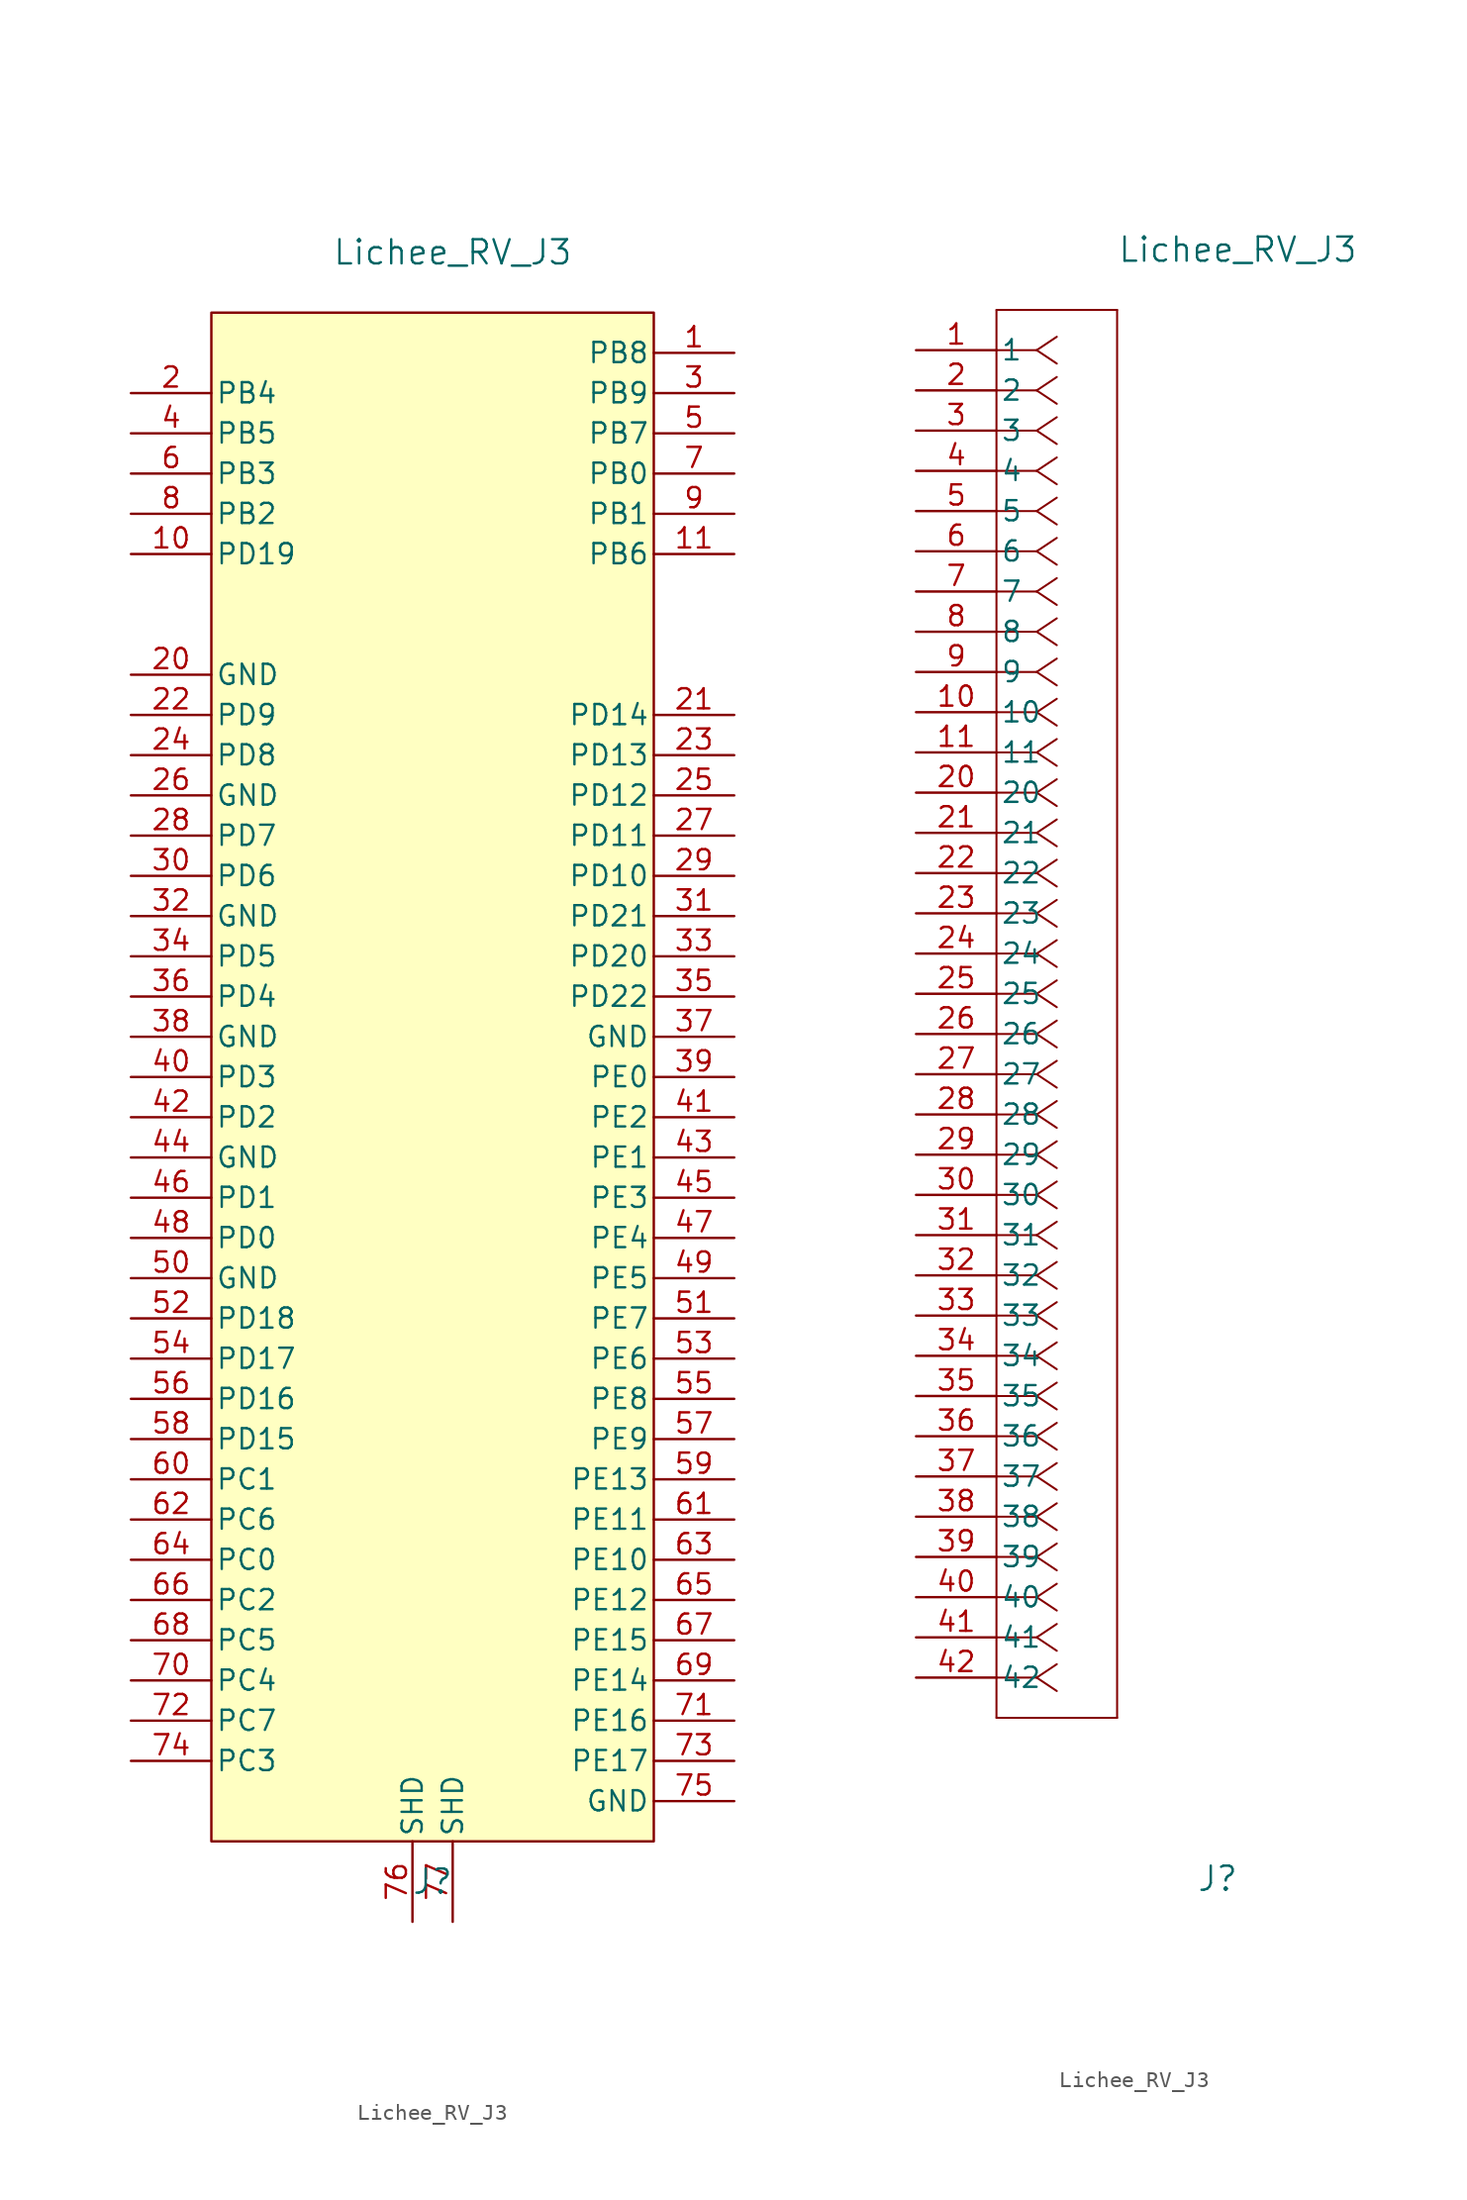
<source format=kicad_sym>
(kicad_symbol_lib
  (version 20220914)
  (generator kicad_symbol_editor)
  (symbol "Lichee_RV_J3"
    (pin_names
      (offset 0.254))
    (property "Reference" "J"
      (at 19.05 -96.52 0)
      (effects (font (size 1.524 1.524))))
    (property "Value" "Lichee_RV_J3"
      (at 20.32 6.35 0)
      (effects (font (size 1.524 1.524))))
    (symbol "Lichee_RV_J3_1_1"
      (rectangle (start 5.08 2.54) (end 33.02 -93.98) (stroke (width 0) (type default)) (fill (type background)))
      (pin unspecified line (at 38.1 0 180) (length 5.08) (name "PB8" (effects (font (size 1.27 1.27)))) (number "1" (effects (font (size 1.27 1.27)))))
      (pin unspecified line (at 0 -12.7 0) (length 5.08) (name "PD19" (effects (font (size 1.27 1.27)))) (number "10" (effects (font (size 1.27 1.27)))))
      (pin unspecified line (at 38.1 -12.7 180) (length 5.08) (name "PB6" (effects (font (size 1.27 1.27)))) (number "11" (effects (font (size 1.27 1.27)))))
      (pin unspecified line (at 0 -2.54 0) (length 5.08) (name "PB4" (effects (font (size 1.27 1.27)))) (number "2" (effects (font (size 1.27 1.27)))))
      (pin unspecified line (at 0 -20.32 0) (length 5.08) (name "GND" (effects (font (size 1.27 1.27)))) (number "20" (effects (font (size 1.27 1.27)))))
      (pin unspecified line (at 38.1 -22.86 180) (length 5.08) (name "PD14" (effects (font (size 1.27 1.27)))) (number "21" (effects (font (size 1.27 1.27)))))
      (pin unspecified line (at 0 -22.86 0) (length 5.08) (name "PD9" (effects (font (size 1.27 1.27)))) (number "22" (effects (font (size 1.27 1.27)))))
      (pin unspecified line (at 38.1 -25.4 180) (length 5.08) (name "PD13" (effects (font (size 1.27 1.27)))) (number "23" (effects (font (size 1.27 1.27)))))
      (pin unspecified line (at 0 -25.4 0) (length 5.08) (name "PD8" (effects (font (size 1.27 1.27)))) (number "24" (effects (font (size 1.27 1.27)))))
      (pin unspecified line (at 38.1 -27.94 180) (length 5.08) (name "PD12" (effects (font (size 1.27 1.27)))) (number "25" (effects (font (size 1.27 1.27)))))
      (pin unspecified line (at 0 -27.94 0) (length 5.08) (name "GND" (effects (font (size 1.27 1.27)))) (number "26" (effects (font (size 1.27 1.27)))))
      (pin unspecified line (at 38.1 -30.48 180) (length 5.08) (name "PD11" (effects (font (size 1.27 1.27)))) (number "27" (effects (font (size 1.27 1.27)))))
      (pin unspecified line (at 0 -30.48 0) (length 5.08) (name "PD7" (effects (font (size 1.27 1.27)))) (number "28" (effects (font (size 1.27 1.27)))))
      (pin unspecified line (at 38.1 -33.02 180) (length 5.08) (name "PD10" (effects (font (size 1.27 1.27)))) (number "29" (effects (font (size 1.27 1.27)))))
      (pin unspecified line (at 38.1 -2.54 180) (length 5.08) (name "PB9" (effects (font (size 1.27 1.27)))) (number "3" (effects (font (size 1.27 1.27)))))
      (pin unspecified line (at 0 -33.02 0) (length 5.08) (name "PD6" (effects (font (size 1.27 1.27)))) (number "30" (effects (font (size 1.27 1.27)))))
      (pin unspecified line (at 38.1 -35.56 180) (length 5.08) (name "PD21" (effects (font (size 1.27 1.27)))) (number "31" (effects (font (size 1.27 1.27)))))
      (pin unspecified line (at 0 -35.56 0) (length 5.08) (name "GND" (effects (font (size 1.27 1.27)))) (number "32" (effects (font (size 1.27 1.27)))))
      (pin unspecified line (at 38.1 -38.1 180) (length 5.08) (name "PD20" (effects (font (size 1.27 1.27)))) (number "33" (effects (font (size 1.27 1.27)))))
      (pin unspecified line (at 0 -38.1 0) (length 5.08) (name "PD5" (effects (font (size 1.27 1.27)))) (number "34" (effects (font (size 1.27 1.27)))))
      (pin unspecified line (at 38.1 -40.64 180) (length 5.08) (name "PD22" (effects (font (size 1.27 1.27)))) (number "35" (effects (font (size 1.27 1.27)))))
      (pin unspecified line (at 0 -40.64 0) (length 5.08) (name "PD4" (effects (font (size 1.27 1.27)))) (number "36" (effects (font (size 1.27 1.27)))))
      (pin unspecified line (at 38.1 -43.18 180) (length 5.08) (name "GND" (effects (font (size 1.27 1.27)))) (number "37" (effects (font (size 1.27 1.27)))))
      (pin unspecified line (at 0 -43.18 0) (length 5.08) (name "GND" (effects (font (size 1.27 1.27)))) (number "38" (effects (font (size 1.27 1.27)))))
      (pin unspecified line (at 38.1 -45.72 180) (length 5.08) (name "PE0" (effects (font (size 1.27 1.27)))) (number "39" (effects (font (size 1.27 1.27)))))
      (pin unspecified line (at 0 -5.08 0) (length 5.08) (name "PB5" (effects (font (size 1.27 1.27)))) (number "4" (effects (font (size 1.27 1.27)))))
      (pin unspecified line (at 0 -45.72 0) (length 5.08) (name "PD3" (effects (font (size 1.27 1.27)))) (number "40" (effects (font (size 1.27 1.27)))))
      (pin unspecified line (at 38.1 -48.26 180) (length 5.08) (name "PE2" (effects (font (size 1.27 1.27)))) (number "41" (effects (font (size 1.27 1.27)))))
      (pin unspecified line (at 0 -48.26 0) (length 5.08) (name "PD2" (effects (font (size 1.27 1.27)))) (number "42" (effects (font (size 1.27 1.27)))))
      (pin unspecified line (at 38.1 -50.8 180) (length 5.08) (name "PE1" (effects (font (size 1.27 1.27)))) (number "43" (effects (font (size 1.27 1.27)))))
      (pin unspecified line (at 0 -50.8 0) (length 5.08) (name "GND" (effects (font (size 1.27 1.27)))) (number "44" (effects (font (size 1.27 1.27)))))
      (pin unspecified line (at 38.1 -53.34 180) (length 5.08) (name "PE3" (effects (font (size 1.27 1.27)))) (number "45" (effects (font (size 1.27 1.27)))))
      (pin unspecified line (at 0 -53.34 0) (length 5.08) (name "PD1" (effects (font (size 1.27 1.27)))) (number "46" (effects (font (size 1.27 1.27)))))
      (pin unspecified line (at 38.1 -55.88 180) (length 5.08) (name "PE4" (effects (font (size 1.27 1.27)))) (number "47" (effects (font (size 1.27 1.27)))))
      (pin unspecified line (at 0 -55.88 0) (length 5.08) (name "PD0" (effects (font (size 1.27 1.27)))) (number "48" (effects (font (size 1.27 1.27)))))
      (pin unspecified line (at 38.1 -58.42 180) (length 5.08) (name "PE5" (effects (font (size 1.27 1.27)))) (number "49" (effects (font (size 1.27 1.27)))))
      (pin unspecified line (at 38.1 -5.08 180) (length 5.08) (name "PB7" (effects (font (size 1.27 1.27)))) (number "5" (effects (font (size 1.27 1.27)))))
      (pin unspecified line (at 0 -58.42 0) (length 5.08) (name "GND" (effects (font (size 1.27 1.27)))) (number "50" (effects (font (size 1.27 1.27)))))
      (pin unspecified line (at 38.1 -60.96 180) (length 5.08) (name "PE7" (effects (font (size 1.27 1.27)))) (number "51" (effects (font (size 1.27 1.27)))))
      (pin unspecified line (at 0 -60.96 0) (length 5.08) (name "PD18" (effects (font (size 1.27 1.27)))) (number "52" (effects (font (size 1.27 1.27)))))
      (pin unspecified line (at 38.1 -63.5 180) (length 5.08) (name "PE6" (effects (font (size 1.27 1.27)))) (number "53" (effects (font (size 1.27 1.27)))))
      (pin unspecified line (at 0 -63.5 0) (length 5.08) (name "PD17" (effects (font (size 1.27 1.27)))) (number "54" (effects (font (size 1.27 1.27)))))
      (pin unspecified line (at 38.1 -66.04 180) (length 5.08) (name "PE8" (effects (font (size 1.27 1.27)))) (number "55" (effects (font (size 1.27 1.27)))))
      (pin unspecified line (at 0 -66.04 0) (length 5.08) (name "PD16" (effects (font (size 1.27 1.27)))) (number "56" (effects (font (size 1.27 1.27)))))
      (pin unspecified line (at 38.1 -68.58 180) (length 5.08) (name "PE9" (effects (font (size 1.27 1.27)))) (number "57" (effects (font (size 1.27 1.27)))))
      (pin unspecified line (at 0 -68.58 0) (length 5.08) (name "PD15" (effects (font (size 1.27 1.27)))) (number "58" (effects (font (size 1.27 1.27)))))
      (pin unspecified line (at 38.1 -71.12 180) (length 5.08) (name "PE13" (effects (font (size 1.27 1.27)))) (number "59" (effects (font (size 1.27 1.27)))))
      (pin unspecified line (at 0 -7.62 0) (length 5.08) (name "PB3" (effects (font (size 1.27 1.27)))) (number "6" (effects (font (size 1.27 1.27)))))
      (pin unspecified line (at 0 -71.12 0) (length 5.08) (name "PC1" (effects (font (size 1.27 1.27)))) (number "60" (effects (font (size 1.27 1.27)))))
      (pin unspecified line (at 38.1 -73.66 180) (length 5.08) (name "PE11" (effects (font (size 1.27 1.27)))) (number "61" (effects (font (size 1.27 1.27)))))
      (pin unspecified line (at 0 -73.66 0) (length 5.08) (name "PC6" (effects (font (size 1.27 1.27)))) (number "62" (effects (font (size 1.27 1.27)))))
      (pin unspecified line (at 38.1 -76.2 180) (length 5.08) (name "PE10" (effects (font (size 1.27 1.27)))) (number "63" (effects (font (size 1.27 1.27)))))
      (pin unspecified line (at 0 -76.2 0) (length 5.08) (name "PC0" (effects (font (size 1.27 1.27)))) (number "64" (effects (font (size 1.27 1.27)))))
      (pin unspecified line (at 38.1 -78.74 180) (length 5.08) (name "PE12" (effects (font (size 1.27 1.27)))) (number "65" (effects (font (size 1.27 1.27)))))
      (pin unspecified line (at 0 -78.74 0) (length 5.08) (name "PC2" (effects (font (size 1.27 1.27)))) (number "66" (effects (font (size 1.27 1.27)))))
      (pin unspecified line (at 38.1 -81.28 180) (length 5.08) (name "PE15" (effects (font (size 1.27 1.27)))) (number "67" (effects (font (size 1.27 1.27)))))
      (pin unspecified line (at 0 -81.28 0) (length 5.08) (name "PC5" (effects (font (size 1.27 1.27)))) (number "68" (effects (font (size 1.27 1.27)))))
      (pin unspecified line (at 38.1 -83.82 180) (length 5.08) (name "PE14" (effects (font (size 1.27 1.27)))) (number "69" (effects (font (size 1.27 1.27)))))
      (pin unspecified line (at 38.1 -7.62 180) (length 5.08) (name "PB0" (effects (font (size 1.27 1.27)))) (number "7" (effects (font (size 1.27 1.27)))))
      (pin unspecified line (at 0 -83.82 0) (length 5.08) (name "PC4" (effects (font (size 1.27 1.27)))) (number "70" (effects (font (size 1.27 1.27)))))
      (pin unspecified line (at 38.1 -86.36 180) (length 5.08) (name "PE16" (effects (font (size 1.27 1.27)))) (number "71" (effects (font (size 1.27 1.27)))))
      (pin unspecified line (at 0 -86.36 0) (length 5.08) (name "PC7" (effects (font (size 1.27 1.27)))) (number "72" (effects (font (size 1.27 1.27)))))
      (pin unspecified line (at 38.1 -88.9 180) (length 5.08) (name "PE17" (effects (font (size 1.27 1.27)))) (number "73" (effects (font (size 1.27 1.27)))))
      (pin unspecified line (at 0 -88.9 0) (length 5.08) (name "PC3" (effects (font (size 1.27 1.27)))) (number "74" (effects (font (size 1.27 1.27)))))
      (pin unspecified line (at 38.1 -91.44 180) (length 5.08) (name "GND" (effects (font (size 1.27 1.27)))) (number "75" (effects (font (size 1.27 1.27)))))
      (pin unspecified line (at 17.78 -99.06 90) (length 5.08) (name "SHD" (effects (font (size 1.27 1.27)))) (number "76" (effects (font (size 1.27 1.27)))))
      (pin unspecified line (at 20.32 -99.06 90) (length 5.08) (name "SHD" (effects (font (size 1.27 1.27)))) (number "77" (effects (font (size 1.27 1.27)))))
      (pin unspecified line (at 0 -10.16 0) (length 5.08) (name "PB2" (effects (font (size 1.27 1.27)))) (number "8" (effects (font (size 1.27 1.27)))))
      (pin unspecified line (at 38.1 -10.16 180) (length 5.08) (name "PB1" (effects (font (size 1.27 1.27)))) (number "9" (effects (font (size 1.27 1.27))))))
    (symbol "Lichee_RV_J3_1_2"
      (polyline (pts (xy 5.08 -86.36) (xy 12.7 -86.36)) (stroke (width 0.127) (type default)) (fill (type none)))
      (polyline (pts (xy 5.08 2.54) (xy 5.08 -86.36)) (stroke (width 0.127) (type default)) (fill (type none)))
      (polyline (pts (xy 7.62 -83.82) (xy 5.08 -83.82)) (stroke (width 0.127) (type default)) (fill (type none)))
      (polyline (pts (xy 7.62 -83.82) (xy 8.89 -84.667)) (stroke (width 0.127) (type default)) (fill (type none)))
      (polyline (pts (xy 7.62 -83.82) (xy 8.89 -82.973)) (stroke (width 0.127) (type default)) (fill (type none)))
      (polyline (pts (xy 7.62 -81.28) (xy 5.08 -81.28)) (stroke (width 0.127) (type default)) (fill (type none)))
      (polyline (pts (xy 7.62 -81.28) (xy 8.89 -82.127)) (stroke (width 0.127) (type default)) (fill (type none)))
      (polyline (pts (xy 7.62 -81.28) (xy 8.89 -80.433)) (stroke (width 0.127) (type default)) (fill (type none)))
      (polyline (pts (xy 7.62 -78.74) (xy 5.08 -78.74)) (stroke (width 0.127) (type default)) (fill (type none)))
      (polyline (pts (xy 7.62 -78.74) (xy 8.89 -79.587)) (stroke (width 0.127) (type default)) (fill (type none)))
      (polyline (pts (xy 7.62 -78.74) (xy 8.89 -77.893)) (stroke (width 0.127) (type default)) (fill (type none)))
      (polyline (pts (xy 7.62 -76.2) (xy 5.08 -76.2)) (stroke (width 0.127) (type default)) (fill (type none)))
      (polyline (pts (xy 7.62 -76.2) (xy 8.89 -77.047)) (stroke (width 0.127) (type default)) (fill (type none)))
      (polyline (pts (xy 7.62 -76.2) (xy 8.89 -75.353)) (stroke (width 0.127) (type default)) (fill (type none)))
      (polyline (pts (xy 7.62 -73.66) (xy 5.08 -73.66)) (stroke (width 0.127) (type default)) (fill (type none)))
      (polyline (pts (xy 7.62 -73.66) (xy 8.89 -74.507)) (stroke (width 0.127) (type default)) (fill (type none)))
      (polyline (pts (xy 7.62 -73.66) (xy 8.89 -72.813)) (stroke (width 0.127) (type default)) (fill (type none)))
      (polyline (pts (xy 7.62 -71.12) (xy 5.08 -71.12)) (stroke (width 0.127) (type default)) (fill (type none)))
      (polyline (pts (xy 7.62 -71.12) (xy 8.89 -71.967)) (stroke (width 0.127) (type default)) (fill (type none)))
      (polyline (pts (xy 7.62 -71.12) (xy 8.89 -70.273)) (stroke (width 0.127) (type default)) (fill (type none)))
      (polyline (pts (xy 7.62 -68.58) (xy 5.08 -68.58)) (stroke (width 0.127) (type default)) (fill (type none)))
      (polyline (pts (xy 7.62 -68.58) (xy 8.89 -69.427)) (stroke (width 0.127) (type default)) (fill (type none)))
      (polyline (pts (xy 7.62 -68.58) (xy 8.89 -67.733)) (stroke (width 0.127) (type default)) (fill (type none)))
      (polyline (pts (xy 7.62 -66.04) (xy 5.08 -66.04)) (stroke (width 0.127) (type default)) (fill (type none)))
      (polyline (pts (xy 7.62 -66.04) (xy 8.89 -66.887)) (stroke (width 0.127) (type default)) (fill (type none)))
      (polyline (pts (xy 7.62 -66.04) (xy 8.89 -65.193)) (stroke (width 0.127) (type default)) (fill (type none)))
      (polyline (pts (xy 7.62 -63.5) (xy 5.08 -63.5)) (stroke (width 0.127) (type default)) (fill (type none)))
      (polyline (pts (xy 7.62 -63.5) (xy 8.89 -64.347)) (stroke (width 0.127) (type default)) (fill (type none)))
      (polyline (pts (xy 7.62 -63.5) (xy 8.89 -62.653)) (stroke (width 0.127) (type default)) (fill (type none)))
      (polyline (pts (xy 7.62 -60.96) (xy 5.08 -60.96)) (stroke (width 0.127) (type default)) (fill (type none)))
      (polyline (pts (xy 7.62 -60.96) (xy 8.89 -61.807)) (stroke (width 0.127) (type default)) (fill (type none)))
      (polyline (pts (xy 7.62 -60.96) (xy 8.89 -60.113)) (stroke (width 0.127) (type default)) (fill (type none)))
      (polyline (pts (xy 7.62 -58.42) (xy 5.08 -58.42)) (stroke (width 0.127) (type default)) (fill (type none)))
      (polyline (pts (xy 7.62 -58.42) (xy 8.89 -59.267)) (stroke (width 0.127) (type default)) (fill (type none)))
      (polyline (pts (xy 7.62 -58.42) (xy 8.89 -57.573)) (stroke (width 0.127) (type default)) (fill (type none)))
      (polyline (pts (xy 7.62 -55.88) (xy 5.08 -55.88)) (stroke (width 0.127) (type default)) (fill (type none)))
      (polyline (pts (xy 7.62 -55.88) (xy 8.89 -56.727)) (stroke (width 0.127) (type default)) (fill (type none)))
      (polyline (pts (xy 7.62 -55.88) (xy 8.89 -55.033)) (stroke (width 0.127) (type default)) (fill (type none)))
      (polyline (pts (xy 7.62 -53.34) (xy 5.08 -53.34)) (stroke (width 0.127) (type default)) (fill (type none)))
      (polyline (pts (xy 7.62 -53.34) (xy 8.89 -54.187)) (stroke (width 0.127) (type default)) (fill (type none)))
      (polyline (pts (xy 7.62 -53.34) (xy 8.89 -52.493)) (stroke (width 0.127) (type default)) (fill (type none)))
      (polyline (pts (xy 7.62 -50.8) (xy 5.08 -50.8)) (stroke (width 0.127) (type default)) (fill (type none)))
      (polyline (pts (xy 7.62 -50.8) (xy 8.89 -51.647)) (stroke (width 0.127) (type default)) (fill (type none)))
      (polyline (pts (xy 7.62 -50.8) (xy 8.89 -49.953)) (stroke (width 0.127) (type default)) (fill (type none)))
      (polyline (pts (xy 7.62 -48.26) (xy 5.08 -48.26)) (stroke (width 0.127) (type default)) (fill (type none)))
      (polyline (pts (xy 7.62 -48.26) (xy 8.89 -49.107)) (stroke (width 0.127) (type default)) (fill (type none)))
      (polyline (pts (xy 7.62 -48.26) (xy 8.89 -47.413)) (stroke (width 0.127) (type default)) (fill (type none)))
      (polyline (pts (xy 7.62 -45.72) (xy 5.08 -45.72)) (stroke (width 0.127) (type default)) (fill (type none)))
      (polyline (pts (xy 7.62 -45.72) (xy 8.89 -46.567)) (stroke (width 0.127) (type default)) (fill (type none)))
      (polyline (pts (xy 7.62 -45.72) (xy 8.89 -44.873)) (stroke (width 0.127) (type default)) (fill (type none)))
      (polyline (pts (xy 7.62 -43.18) (xy 5.08 -43.18)) (stroke (width 0.127) (type default)) (fill (type none)))
      (polyline (pts (xy 7.62 -43.18) (xy 8.89 -44.027)) (stroke (width 0.127) (type default)) (fill (type none)))
      (polyline (pts (xy 7.62 -43.18) (xy 8.89 -42.333)) (stroke (width 0.127) (type default)) (fill (type none)))
      (polyline (pts (xy 7.62 -40.64) (xy 5.08 -40.64)) (stroke (width 0.127) (type default)) (fill (type none)))
      (polyline (pts (xy 7.62 -40.64) (xy 8.89 -41.487)) (stroke (width 0.127) (type default)) (fill (type none)))
      (polyline (pts (xy 7.62 -40.64) (xy 8.89 -39.793)) (stroke (width 0.127) (type default)) (fill (type none)))
      (polyline (pts (xy 7.62 -38.1) (xy 5.08 -38.1)) (stroke (width 0.127) (type default)) (fill (type none)))
      (polyline (pts (xy 7.62 -38.1) (xy 8.89 -38.947)) (stroke (width 0.127) (type default)) (fill (type none)))
      (polyline (pts (xy 7.62 -38.1) (xy 8.89 -37.253)) (stroke (width 0.127) (type default)) (fill (type none)))
      (polyline (pts (xy 7.62 -35.56) (xy 5.08 -35.56)) (stroke (width 0.127) (type default)) (fill (type none)))
      (polyline (pts (xy 7.62 -35.56) (xy 8.89 -36.407)) (stroke (width 0.127) (type default)) (fill (type none)))
      (polyline (pts (xy 7.62 -35.56) (xy 8.89 -34.713)) (stroke (width 0.127) (type default)) (fill (type none)))
      (polyline (pts (xy 7.62 -33.02) (xy 5.08 -33.02)) (stroke (width 0.127) (type default)) (fill (type none)))
      (polyline (pts (xy 7.62 -33.02) (xy 8.89 -33.867)) (stroke (width 0.127) (type default)) (fill (type none)))
      (polyline (pts (xy 7.62 -33.02) (xy 8.89 -32.173)) (stroke (width 0.127) (type default)) (fill (type none)))
      (polyline (pts (xy 7.62 -30.48) (xy 5.08 -30.48)) (stroke (width 0.127) (type default)) (fill (type none)))
      (polyline (pts (xy 7.62 -30.48) (xy 8.89 -31.327)) (stroke (width 0.127) (type default)) (fill (type none)))
      (polyline (pts (xy 7.62 -30.48) (xy 8.89 -29.633)) (stroke (width 0.127) (type default)) (fill (type none)))
      (polyline (pts (xy 7.62 -27.94) (xy 5.08 -27.94)) (stroke (width 0.127) (type default)) (fill (type none)))
      (polyline (pts (xy 7.62 -27.94) (xy 8.89 -28.787)) (stroke (width 0.127) (type default)) (fill (type none)))
      (polyline (pts (xy 7.62 -27.94) (xy 8.89 -27.093)) (stroke (width 0.127) (type default)) (fill (type none)))
      (polyline (pts (xy 7.62 -25.4) (xy 5.08 -25.4)) (stroke (width 0.127) (type default)) (fill (type none)))
      (polyline (pts (xy 7.62 -25.4) (xy 8.89 -26.247)) (stroke (width 0.127) (type default)) (fill (type none)))
      (polyline (pts (xy 7.62 -25.4) (xy 8.89 -24.553)) (stroke (width 0.127) (type default)) (fill (type none)))
      (polyline (pts (xy 7.62 -22.86) (xy 5.08 -22.86)) (stroke (width 0.127) (type default)) (fill (type none)))
      (polyline (pts (xy 7.62 -22.86) (xy 8.89 -23.707)) (stroke (width 0.127) (type default)) (fill (type none)))
      (polyline (pts (xy 7.62 -22.86) (xy 8.89 -22.013)) (stroke (width 0.127) (type default)) (fill (type none)))
      (polyline (pts (xy 7.62 -20.32) (xy 5.08 -20.32)) (stroke (width 0.127) (type default)) (fill (type none)))
      (polyline (pts (xy 7.62 -20.32) (xy 8.89 -21.167)) (stroke (width 0.127) (type default)) (fill (type none)))
      (polyline (pts (xy 7.62 -20.32) (xy 8.89 -19.473)) (stroke (width 0.127) (type default)) (fill (type none)))
      (polyline (pts (xy 7.62 -17.78) (xy 5.08 -17.78)) (stroke (width 0.127) (type default)) (fill (type none)))
      (polyline (pts (xy 7.62 -17.78) (xy 8.89 -18.627)) (stroke (width 0.127) (type default)) (fill (type none)))
      (polyline (pts (xy 7.62 -17.78) (xy 8.89 -16.933)) (stroke (width 0.127) (type default)) (fill (type none)))
      (polyline (pts (xy 7.62 -15.24) (xy 5.08 -15.24)) (stroke (width 0.127) (type default)) (fill (type none)))
      (polyline (pts (xy 7.62 -15.24) (xy 8.89 -16.087)) (stroke (width 0.127) (type default)) (fill (type none)))
      (polyline (pts (xy 7.62 -15.24) (xy 8.89 -14.393)) (stroke (width 0.127) (type default)) (fill (type none)))
      (polyline (pts (xy 7.62 -12.7) (xy 5.08 -12.7)) (stroke (width 0.127) (type default)) (fill (type none)))
      (polyline (pts (xy 7.62 -12.7) (xy 8.89 -13.547)) (stroke (width 0.127) (type default)) (fill (type none)))
      (polyline (pts (xy 7.62 -12.7) (xy 8.89 -11.853)) (stroke (width 0.127) (type default)) (fill (type none)))
      (polyline (pts (xy 7.62 -10.16) (xy 5.08 -10.16)) (stroke (width 0.127) (type default)) (fill (type none)))
      (polyline (pts (xy 7.62 -10.16) (xy 8.89 -11.007)) (stroke (width 0.127) (type default)) (fill (type none)))
      (polyline (pts (xy 7.62 -10.16) (xy 8.89 -9.313)) (stroke (width 0.127) (type default)) (fill (type none)))
      (polyline (pts (xy 7.62 -7.62) (xy 5.08 -7.62)) (stroke (width 0.127) (type default)) (fill (type none)))
      (polyline (pts (xy 7.62 -7.62) (xy 8.89 -8.467)) (stroke (width 0.127) (type default)) (fill (type none)))
      (polyline (pts (xy 7.62 -7.62) (xy 8.89 -6.773)) (stroke (width 0.127) (type default)) (fill (type none)))
      (polyline (pts (xy 7.62 -5.08) (xy 5.08 -5.08)) (stroke (width 0.127) (type default)) (fill (type none)))
      (polyline (pts (xy 7.62 -5.08) (xy 8.89 -5.927)) (stroke (width 0.127) (type default)) (fill (type none)))
      (polyline (pts (xy 7.62 -5.08) (xy 8.89 -4.233)) (stroke (width 0.127) (type default)) (fill (type none)))
      (polyline (pts (xy 7.62 -2.54) (xy 5.08 -2.54)) (stroke (width 0.127) (type default)) (fill (type none)))
      (polyline (pts (xy 7.62 -2.54) (xy 8.89 -3.387)) (stroke (width 0.127) (type default)) (fill (type none)))
      (polyline (pts (xy 7.62 -2.54) (xy 8.89 -1.693)) (stroke (width 0.127) (type default)) (fill (type none)))
      (polyline (pts (xy 7.62 0) (xy 5.08 0)) (stroke (width 0.127) (type default)) (fill (type none)))
      (polyline (pts (xy 7.62 0) (xy 8.89 -0.847)) (stroke (width 0.127) (type default)) (fill (type none)))
      (polyline (pts (xy 7.62 0) (xy 8.89 0.847)) (stroke (width 0.127) (type default)) (fill (type none)))
      (polyline (pts (xy 12.7 -86.36) (xy 12.7 2.54)) (stroke (width 0.127) (type default)) (fill (type none)))
      (polyline (pts (xy 12.7 2.54) (xy 5.08 2.54)) (stroke (width 0.127) (type default)) (fill (type none)))
      (pin unspecified line (at 0 0 0) (length 5.08) (name "1" (effects (font (size 1.27 1.27)))) (number "1" (effects (font (size 1.27 1.27)))))
      (pin unspecified line (at 0 -22.86 0) (length 5.08) (name "10" (effects (font (size 1.27 1.27)))) (number "10" (effects (font (size 1.27 1.27)))))
      (pin unspecified line (at 0 -25.4 0) (length 5.08) (name "11" (effects (font (size 1.27 1.27)))) (number "11" (effects (font (size 1.27 1.27)))))
      (pin unspecified line (at 0 -2.54 0) (length 5.08) (name "2" (effects (font (size 1.27 1.27)))) (number "2" (effects (font (size 1.27 1.27)))))
      (pin unspecified line (at 0 -27.94 0) (length 5.08) (name "20" (effects (font (size 1.27 1.27)))) (number "20" (effects (font (size 1.27 1.27)))))
      (pin unspecified line (at 0 -30.48 0) (length 5.08) (name "21" (effects (font (size 1.27 1.27)))) (number "21" (effects (font (size 1.27 1.27)))))
      (pin unspecified line (at 0 -33.02 0) (length 5.08) (name "22" (effects (font (size 1.27 1.27)))) (number "22" (effects (font (size 1.27 1.27)))))
      (pin unspecified line (at 0 -35.56 0) (length 5.08) (name "23" (effects (font (size 1.27 1.27)))) (number "23" (effects (font (size 1.27 1.27)))))
      (pin unspecified line (at 0 -38.1 0) (length 5.08) (name "24" (effects (font (size 1.27 1.27)))) (number "24" (effects (font (size 1.27 1.27)))))
      (pin unspecified line (at 0 -40.64 0) (length 5.08) (name "25" (effects (font (size 1.27 1.27)))) (number "25" (effects (font (size 1.27 1.27)))))
      (pin unspecified line (at 0 -43.18 0) (length 5.08) (name "26" (effects (font (size 1.27 1.27)))) (number "26" (effects (font (size 1.27 1.27)))))
      (pin unspecified line (at 0 -45.72 0) (length 5.08) (name "27" (effects (font (size 1.27 1.27)))) (number "27" (effects (font (size 1.27 1.27)))))
      (pin unspecified line (at 0 -48.26 0) (length 5.08) (name "28" (effects (font (size 1.27 1.27)))) (number "28" (effects (font (size 1.27 1.27)))))
      (pin unspecified line (at 0 -50.8 0) (length 5.08) (name "29" (effects (font (size 1.27 1.27)))) (number "29" (effects (font (size 1.27 1.27)))))
      (pin unspecified line (at 0 -5.08 0) (length 5.08) (name "3" (effects (font (size 1.27 1.27)))) (number "3" (effects (font (size 1.27 1.27)))))
      (pin unspecified line (at 0 -53.34 0) (length 5.08) (name "30" (effects (font (size 1.27 1.27)))) (number "30" (effects (font (size 1.27 1.27)))))
      (pin unspecified line (at 0 -55.88 0) (length 5.08) (name "31" (effects (font (size 1.27 1.27)))) (number "31" (effects (font (size 1.27 1.27)))))
      (pin unspecified line (at 0 -58.42 0) (length 5.08) (name "32" (effects (font (size 1.27 1.27)))) (number "32" (effects (font (size 1.27 1.27)))))
      (pin unspecified line (at 0 -60.96 0) (length 5.08) (name "33" (effects (font (size 1.27 1.27)))) (number "33" (effects (font (size 1.27 1.27)))))
      (pin unspecified line (at 0 -63.5 0) (length 5.08) (name "34" (effects (font (size 1.27 1.27)))) (number "34" (effects (font (size 1.27 1.27)))))
      (pin unspecified line (at 0 -66.04 0) (length 5.08) (name "35" (effects (font (size 1.27 1.27)))) (number "35" (effects (font (size 1.27 1.27)))))
      (pin unspecified line (at 0 -68.58 0) (length 5.08) (name "36" (effects (font (size 1.27 1.27)))) (number "36" (effects (font (size 1.27 1.27)))))
      (pin unspecified line (at 0 -71.12 0) (length 5.08) (name "37" (effects (font (size 1.27 1.27)))) (number "37" (effects (font (size 1.27 1.27)))))
      (pin unspecified line (at 0 -73.66 0) (length 5.08) (name "38" (effects (font (size 1.27 1.27)))) (number "38" (effects (font (size 1.27 1.27)))))
      (pin unspecified line (at 0 -76.2 0) (length 5.08) (name "39" (effects (font (size 1.27 1.27)))) (number "39" (effects (font (size 1.27 1.27)))))
      (pin unspecified line (at 0 -7.62 0) (length 5.08) (name "4" (effects (font (size 1.27 1.27)))) (number "4" (effects (font (size 1.27 1.27)))))
      (pin unspecified line (at 0 -78.74 0) (length 5.08) (name "40" (effects (font (size 1.27 1.27)))) (number "40" (effects (font (size 1.27 1.27)))))
      (pin unspecified line (at 0 -81.28 0) (length 5.08) (name "41" (effects (font (size 1.27 1.27)))) (number "41" (effects (font (size 1.27 1.27)))))
      (pin unspecified line (at 0 -83.82 0) (length 5.08) (name "42" (effects (font (size 1.27 1.27)))) (number "42" (effects (font (size 1.27 1.27)))))
      (pin unspecified line (at 0 -10.16 0) (length 5.08) (name "5" (effects (font (size 1.27 1.27)))) (number "5" (effects (font (size 1.27 1.27)))))
      (pin unspecified line (at 0 -12.7 0) (length 5.08) (name "6" (effects (font (size 1.27 1.27)))) (number "6" (effects (font (size 1.27 1.27)))))
      (pin unspecified line (at 0 -15.24 0) (length 5.08) (name "7" (effects (font (size 1.27 1.27)))) (number "7" (effects (font (size 1.27 1.27)))))
      (pin unspecified line (at 0 -17.78 0) (length 5.08) (name "8" (effects (font (size 1.27 1.27)))) (number "8" (effects (font (size 1.27 1.27)))))
      (pin unspecified line (at 0 -20.32 0) (length 5.08) (name "9" (effects (font (size 1.27 1.27)))) (number "9" (effects (font (size 1.27 1.27))))))))
</source>
